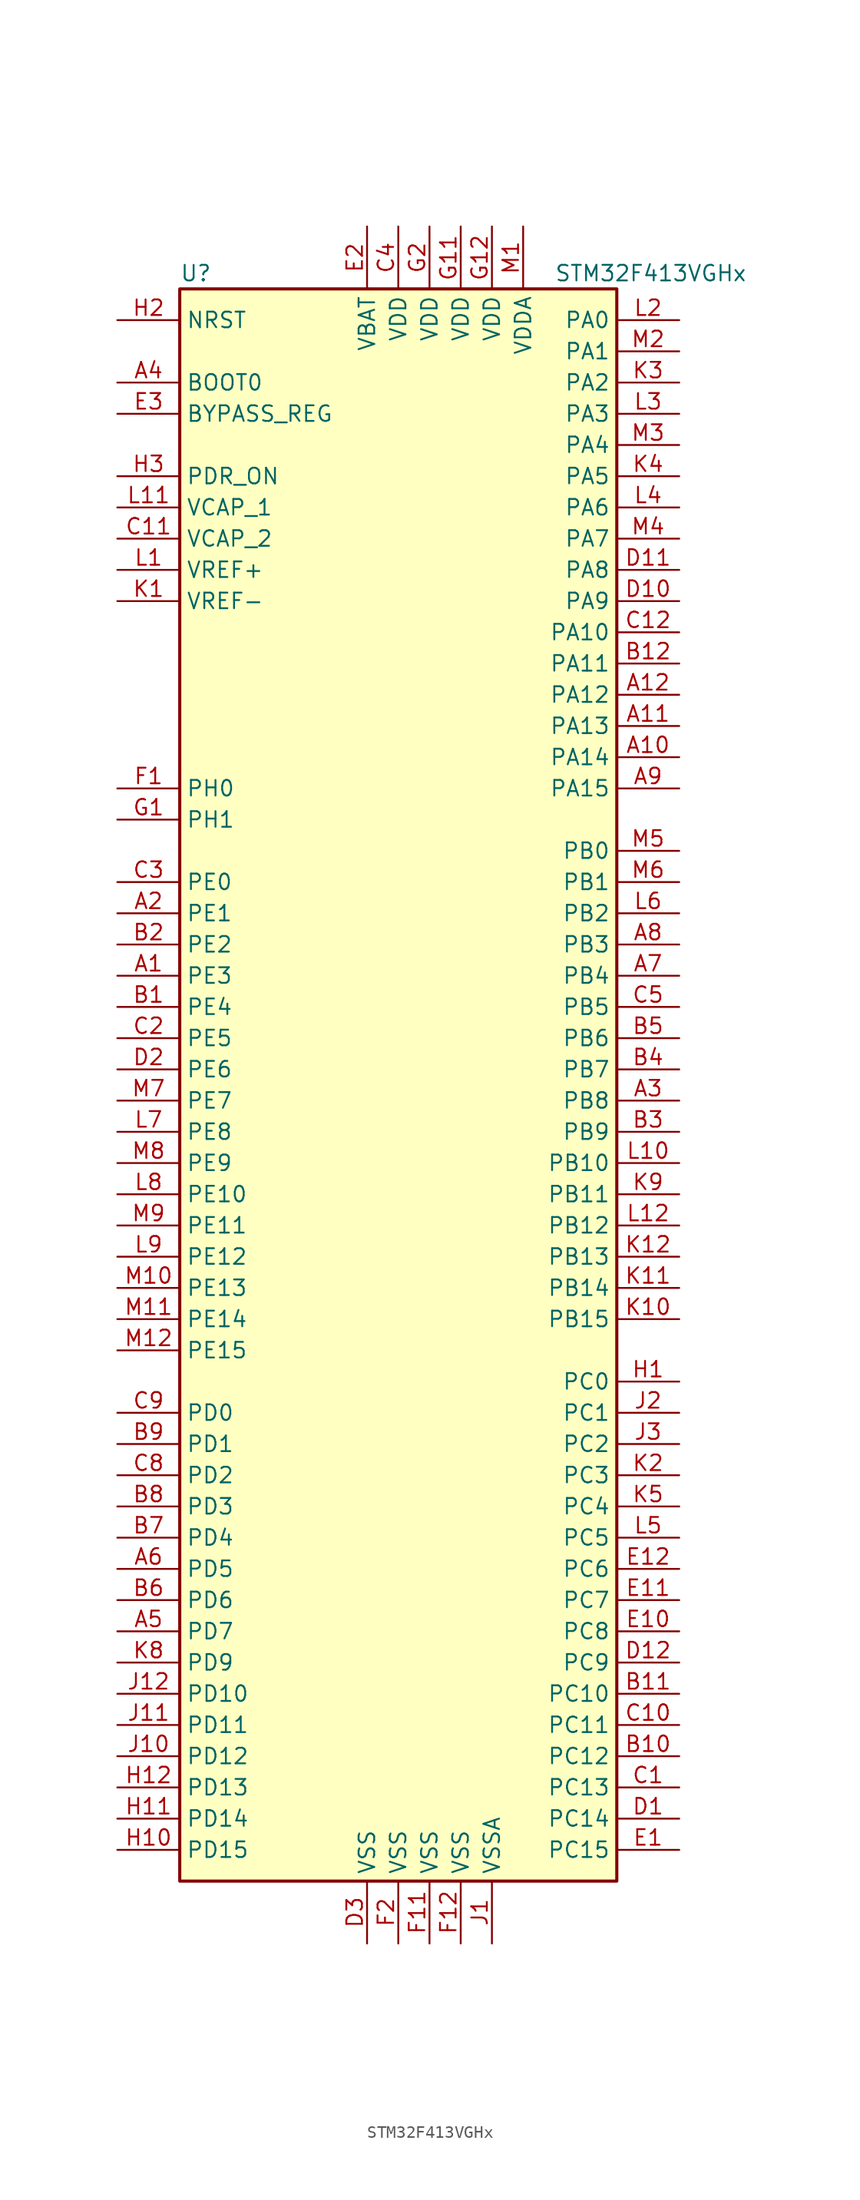
<source format=kicad_sym>
(kicad_symbol_lib
  (version 20201005)
  (generator kicad_symbol_editor)
  (symbol "MCU_ST_STM32F4:STM32F413VGHx"
    (property "Reference" "U"
      (at -17.78 64.77 0)
      (effects (font (size 1.27 1.27)) (justify left)))
    (property "Value" "STM32F413VGHx"
      (at 12.7 64.77 0)
      (effects (font (size 1.27 1.27)) (justify left)))
    (symbol "STM32F413VGHx_0_1"
      (rectangle (start -17.78 -66.04) (end 17.78 63.5) (stroke (width 0.254)) (fill (type background))))
    (symbol "STM32F413VGHx_1_1"
      (pin input line (at -22.86 55.88 0) (length 5.08) (name "BOOT0" (effects (font (size 1.27 1.27)))) (number "A4" (effects (font (size 1.27 1.27)))))
      (pin input line (at -22.86 53.34 0) (length 5.08) (name "BYPASS_REG" (effects (font (size 1.27 1.27)))) (number "E3" (effects (font (size 1.27 1.27)))))
      (pin input line (at -22.86 60.96 0) (length 5.08) (name "NRST" (effects (font (size 1.27 1.27)))) (number "H2" (effects (font (size 1.27 1.27)))))
      (pin bidirectional line (at 22.86 60.96 180) (length 5.08) (name "PA0" (effects (font (size 1.27 1.27)))) (number "L2" (effects (font (size 1.27 1.27)))))
      (pin bidirectional line (at 22.86 58.42 180) (length 5.08) (name "PA1" (effects (font (size 1.27 1.27)))) (number "M2" (effects (font (size 1.27 1.27)))))
      (pin bidirectional line (at 22.86 35.56 180) (length 5.08) (name "PA10" (effects (font (size 1.27 1.27)))) (number "C12" (effects (font (size 1.27 1.27)))))
      (pin bidirectional line (at 22.86 33.02 180) (length 5.08) (name "PA11" (effects (font (size 1.27 1.27)))) (number "B12" (effects (font (size 1.27 1.27)))))
      (pin bidirectional line (at 22.86 30.48 180) (length 5.08) (name "PA12" (effects (font (size 1.27 1.27)))) (number "A12" (effects (font (size 1.27 1.27)))))
      (pin bidirectional line (at 22.86 27.94 180) (length 5.08) (name "PA13" (effects (font (size 1.27 1.27)))) (number "A11" (effects (font (size 1.27 1.27)))))
      (pin bidirectional line (at 22.86 25.4 180) (length 5.08) (name "PA14" (effects (font (size 1.27 1.27)))) (number "A10" (effects (font (size 1.27 1.27)))))
      (pin bidirectional line (at 22.86 22.86 180) (length 5.08) (name "PA15" (effects (font (size 1.27 1.27)))) (number "A9" (effects (font (size 1.27 1.27)))))
      (pin bidirectional line (at 22.86 55.88 180) (length 5.08) (name "PA2" (effects (font (size 1.27 1.27)))) (number "K3" (effects (font (size 1.27 1.27)))))
      (pin bidirectional line (at 22.86 53.34 180) (length 5.08) (name "PA3" (effects (font (size 1.27 1.27)))) (number "L3" (effects (font (size 1.27 1.27)))))
      (pin bidirectional line (at 22.86 50.8 180) (length 5.08) (name "PA4" (effects (font (size 1.27 1.27)))) (number "M3" (effects (font (size 1.27 1.27)))))
      (pin bidirectional line (at 22.86 48.26 180) (length 5.08) (name "PA5" (effects (font (size 1.27 1.27)))) (number "K4" (effects (font (size 1.27 1.27)))))
      (pin bidirectional line (at 22.86 45.72 180) (length 5.08) (name "PA6" (effects (font (size 1.27 1.27)))) (number "L4" (effects (font (size 1.27 1.27)))))
      (pin bidirectional line (at 22.86 43.18 180) (length 5.08) (name "PA7" (effects (font (size 1.27 1.27)))) (number "M4" (effects (font (size 1.27 1.27)))))
      (pin bidirectional line (at 22.86 40.64 180) (length 5.08) (name "PA8" (effects (font (size 1.27 1.27)))) (number "D11" (effects (font (size 1.27 1.27)))))
      (pin bidirectional line (at 22.86 38.1 180) (length 5.08) (name "PA9" (effects (font (size 1.27 1.27)))) (number "D10" (effects (font (size 1.27 1.27)))))
      (pin bidirectional line (at 22.86 17.78 180) (length 5.08) (name "PB0" (effects (font (size 1.27 1.27)))) (number "M5" (effects (font (size 1.27 1.27)))))
      (pin bidirectional line (at 22.86 15.24 180) (length 5.08) (name "PB1" (effects (font (size 1.27 1.27)))) (number "M6" (effects (font (size 1.27 1.27)))))
      (pin bidirectional line (at 22.86 -7.62 180) (length 5.08) (name "PB10" (effects (font (size 1.27 1.27)))) (number "L10" (effects (font (size 1.27 1.27)))))
      (pin bidirectional line (at 22.86 -10.16 180) (length 5.08) (name "PB11" (effects (font (size 1.27 1.27)))) (number "K9" (effects (font (size 1.27 1.27)))))
      (pin bidirectional line (at 22.86 -12.7 180) (length 5.08) (name "PB12" (effects (font (size 1.27 1.27)))) (number "L12" (effects (font (size 1.27 1.27)))))
      (pin bidirectional line (at 22.86 -15.24 180) (length 5.08) (name "PB13" (effects (font (size 1.27 1.27)))) (number "K12" (effects (font (size 1.27 1.27)))))
      (pin bidirectional line (at 22.86 -17.78 180) (length 5.08) (name "PB14" (effects (font (size 1.27 1.27)))) (number "K11" (effects (font (size 1.27 1.27)))))
      (pin bidirectional line (at 22.86 -20.32 180) (length 5.08) (name "PB15" (effects (font (size 1.27 1.27)))) (number "K10" (effects (font (size 1.27 1.27)))))
      (pin bidirectional line (at 22.86 12.7 180) (length 5.08) (name "PB2" (effects (font (size 1.27 1.27)))) (number "L6" (effects (font (size 1.27 1.27)))))
      (pin bidirectional line (at 22.86 10.16 180) (length 5.08) (name "PB3" (effects (font (size 1.27 1.27)))) (number "A8" (effects (font (size 1.27 1.27)))))
      (pin bidirectional line (at 22.86 7.62 180) (length 5.08) (name "PB4" (effects (font (size 1.27 1.27)))) (number "A7" (effects (font (size 1.27 1.27)))))
      (pin bidirectional line (at 22.86 5.08 180) (length 5.08) (name "PB5" (effects (font (size 1.27 1.27)))) (number "C5" (effects (font (size 1.27 1.27)))))
      (pin bidirectional line (at 22.86 2.54 180) (length 5.08) (name "PB6" (effects (font (size 1.27 1.27)))) (number "B5" (effects (font (size 1.27 1.27)))))
      (pin bidirectional line (at 22.86 0 180) (length 5.08) (name "PB7" (effects (font (size 1.27 1.27)))) (number "B4" (effects (font (size 1.27 1.27)))))
      (pin bidirectional line (at 22.86 -2.54 180) (length 5.08) (name "PB8" (effects (font (size 1.27 1.27)))) (number "A3" (effects (font (size 1.27 1.27)))))
      (pin bidirectional line (at 22.86 -5.08 180) (length 5.08) (name "PB9" (effects (font (size 1.27 1.27)))) (number "B3" (effects (font (size 1.27 1.27)))))
      (pin bidirectional line (at 22.86 -25.4 180) (length 5.08) (name "PC0" (effects (font (size 1.27 1.27)))) (number "H1" (effects (font (size 1.27 1.27)))))
      (pin bidirectional line (at 22.86 -27.94 180) (length 5.08) (name "PC1" (effects (font (size 1.27 1.27)))) (number "J2" (effects (font (size 1.27 1.27)))))
      (pin bidirectional line (at 22.86 -50.8 180) (length 5.08) (name "PC10" (effects (font (size 1.27 1.27)))) (number "B11" (effects (font (size 1.27 1.27)))))
      (pin bidirectional line (at 22.86 -53.34 180) (length 5.08) (name "PC11" (effects (font (size 1.27 1.27)))) (number "C10" (effects (font (size 1.27 1.27)))))
      (pin bidirectional line (at 22.86 -55.88 180) (length 5.08) (name "PC12" (effects (font (size 1.27 1.27)))) (number "B10" (effects (font (size 1.27 1.27)))))
      (pin bidirectional line (at 22.86 -58.42 180) (length 5.08) (name "PC13" (effects (font (size 1.27 1.27)))) (number "C1" (effects (font (size 1.27 1.27)))))
      (pin bidirectional line (at 22.86 -60.96 180) (length 5.08) (name "PC14" (effects (font (size 1.27 1.27)))) (number "D1" (effects (font (size 1.27 1.27)))))
      (pin bidirectional line (at 22.86 -63.5 180) (length 5.08) (name "PC15" (effects (font (size 1.27 1.27)))) (number "E1" (effects (font (size 1.27 1.27)))))
      (pin bidirectional line (at 22.86 -30.48 180) (length 5.08) (name "PC2" (effects (font (size 1.27 1.27)))) (number "J3" (effects (font (size 1.27 1.27)))))
      (pin bidirectional line (at 22.86 -33.02 180) (length 5.08) (name "PC3" (effects (font (size 1.27 1.27)))) (number "K2" (effects (font (size 1.27 1.27)))))
      (pin bidirectional line (at 22.86 -35.56 180) (length 5.08) (name "PC4" (effects (font (size 1.27 1.27)))) (number "K5" (effects (font (size 1.27 1.27)))))
      (pin bidirectional line (at 22.86 -38.1 180) (length 5.08) (name "PC5" (effects (font (size 1.27 1.27)))) (number "L5" (effects (font (size 1.27 1.27)))))
      (pin bidirectional line (at 22.86 -40.64 180) (length 5.08) (name "PC6" (effects (font (size 1.27 1.27)))) (number "E12" (effects (font (size 1.27 1.27)))))
      (pin bidirectional line (at 22.86 -43.18 180) (length 5.08) (name "PC7" (effects (font (size 1.27 1.27)))) (number "E11" (effects (font (size 1.27 1.27)))))
      (pin bidirectional line (at 22.86 -45.72 180) (length 5.08) (name "PC8" (effects (font (size 1.27 1.27)))) (number "E10" (effects (font (size 1.27 1.27)))))
      (pin bidirectional line (at 22.86 -48.26 180) (length 5.08) (name "PC9" (effects (font (size 1.27 1.27)))) (number "D12" (effects (font (size 1.27 1.27)))))
      (pin bidirectional line (at -22.86 -27.94 0) (length 5.08) (name "PD0" (effects (font (size 1.27 1.27)))) (number "C9" (effects (font (size 1.27 1.27)))))
      (pin bidirectional line (at -22.86 -30.48 0) (length 5.08) (name "PD1" (effects (font (size 1.27 1.27)))) (number "B9" (effects (font (size 1.27 1.27)))))
      (pin bidirectional line (at -22.86 -50.8 0) (length 5.08) (name "PD10" (effects (font (size 1.27 1.27)))) (number "J12" (effects (font (size 1.27 1.27)))))
      (pin bidirectional line (at -22.86 -53.34 0) (length 5.08) (name "PD11" (effects (font (size 1.27 1.27)))) (number "J11" (effects (font (size 1.27 1.27)))))
      (pin bidirectional line (at -22.86 -55.88 0) (length 5.08) (name "PD12" (effects (font (size 1.27 1.27)))) (number "J10" (effects (font (size 1.27 1.27)))))
      (pin bidirectional line (at -22.86 -58.42 0) (length 5.08) (name "PD13" (effects (font (size 1.27 1.27)))) (number "H12" (effects (font (size 1.27 1.27)))))
      (pin bidirectional line (at -22.86 -60.96 0) (length 5.08) (name "PD14" (effects (font (size 1.27 1.27)))) (number "H11" (effects (font (size 1.27 1.27)))))
      (pin bidirectional line (at -22.86 -63.5 0) (length 5.08) (name "PD15" (effects (font (size 1.27 1.27)))) (number "H10" (effects (font (size 1.27 1.27)))))
      (pin bidirectional line (at -22.86 -33.02 0) (length 5.08) (name "PD2" (effects (font (size 1.27 1.27)))) (number "C8" (effects (font (size 1.27 1.27)))))
      (pin bidirectional line (at -22.86 -35.56 0) (length 5.08) (name "PD3" (effects (font (size 1.27 1.27)))) (number "B8" (effects (font (size 1.27 1.27)))))
      (pin bidirectional line (at -22.86 -38.1 0) (length 5.08) (name "PD4" (effects (font (size 1.27 1.27)))) (number "B7" (effects (font (size 1.27 1.27)))))
      (pin bidirectional line (at -22.86 -40.64 0) (length 5.08) (name "PD5" (effects (font (size 1.27 1.27)))) (number "A6" (effects (font (size 1.27 1.27)))))
      (pin bidirectional line (at -22.86 -43.18 0) (length 5.08) (name "PD6" (effects (font (size 1.27 1.27)))) (number "B6" (effects (font (size 1.27 1.27)))))
      (pin bidirectional line (at -22.86 -45.72 0) (length 5.08) (name "PD7" (effects (font (size 1.27 1.27)))) (number "A5" (effects (font (size 1.27 1.27)))))
      (pin bidirectional line (at -22.86 -48.26 0) (length 5.08) (name "PD9" (effects (font (size 1.27 1.27)))) (number "K8" (effects (font (size 1.27 1.27)))))
      (pin power_in line (at -22.86 48.26 0) (length 5.08) (name "PDR_ON" (effects (font (size 1.27 1.27)))) (number "H3" (effects (font (size 1.27 1.27)))))
      (pin bidirectional line (at -22.86 15.24 0) (length 5.08) (name "PE0" (effects (font (size 1.27 1.27)))) (number "C3" (effects (font (size 1.27 1.27)))))
      (pin bidirectional line (at -22.86 12.7 0) (length 5.08) (name "PE1" (effects (font (size 1.27 1.27)))) (number "A2" (effects (font (size 1.27 1.27)))))
      (pin bidirectional line (at -22.86 -10.16 0) (length 5.08) (name "PE10" (effects (font (size 1.27 1.27)))) (number "L8" (effects (font (size 1.27 1.27)))))
      (pin bidirectional line (at -22.86 -12.7 0) (length 5.08) (name "PE11" (effects (font (size 1.27 1.27)))) (number "M9" (effects (font (size 1.27 1.27)))))
      (pin bidirectional line (at -22.86 -15.24 0) (length 5.08) (name "PE12" (effects (font (size 1.27 1.27)))) (number "L9" (effects (font (size 1.27 1.27)))))
      (pin bidirectional line (at -22.86 -17.78 0) (length 5.08) (name "PE13" (effects (font (size 1.27 1.27)))) (number "M10" (effects (font (size 1.27 1.27)))))
      (pin bidirectional line (at -22.86 -20.32 0) (length 5.08) (name "PE14" (effects (font (size 1.27 1.27)))) (number "M11" (effects (font (size 1.27 1.27)))))
      (pin bidirectional line (at -22.86 -22.86 0) (length 5.08) (name "PE15" (effects (font (size 1.27 1.27)))) (number "M12" (effects (font (size 1.27 1.27)))))
      (pin bidirectional line (at -22.86 10.16 0) (length 5.08) (name "PE2" (effects (font (size 1.27 1.27)))) (number "B2" (effects (font (size 1.27 1.27)))))
      (pin bidirectional line (at -22.86 7.62 0) (length 5.08) (name "PE3" (effects (font (size 1.27 1.27)))) (number "A1" (effects (font (size 1.27 1.27)))))
      (pin bidirectional line (at -22.86 5.08 0) (length 5.08) (name "PE4" (effects (font (size 1.27 1.27)))) (number "B1" (effects (font (size 1.27 1.27)))))
      (pin bidirectional line (at -22.86 2.54 0) (length 5.08) (name "PE5" (effects (font (size 1.27 1.27)))) (number "C2" (effects (font (size 1.27 1.27)))))
      (pin bidirectional line (at -22.86 0 0) (length 5.08) (name "PE6" (effects (font (size 1.27 1.27)))) (number "D2" (effects (font (size 1.27 1.27)))))
      (pin bidirectional line (at -22.86 -2.54 0) (length 5.08) (name "PE7" (effects (font (size 1.27 1.27)))) (number "M7" (effects (font (size 1.27 1.27)))))
      (pin bidirectional line (at -22.86 -5.08 0) (length 5.08) (name "PE8" (effects (font (size 1.27 1.27)))) (number "L7" (effects (font (size 1.27 1.27)))))
      (pin bidirectional line (at -22.86 -7.62 0) (length 5.08) (name "PE9" (effects (font (size 1.27 1.27)))) (number "M8" (effects (font (size 1.27 1.27)))))
      (pin input line (at -22.86 22.86 0) (length 5.08) (name "PH0" (effects (font (size 1.27 1.27)))) (number "F1" (effects (font (size 1.27 1.27)))))
      (pin input line (at -22.86 20.32 0) (length 5.08) (name "PH1" (effects (font (size 1.27 1.27)))) (number "G1" (effects (font (size 1.27 1.27)))))
      (pin power_in line (at -2.54 68.58 270) (length 5.08) (name "VBAT" (effects (font (size 1.27 1.27)))) (number "E2" (effects (font (size 1.27 1.27)))))
      (pin power_in line (at -22.86 45.72 0) (length 5.08) (name "VCAP_1" (effects (font (size 1.27 1.27)))) (number "L11" (effects (font (size 1.27 1.27)))))
      (pin power_in line (at -22.86 43.18 0) (length 5.08) (name "VCAP_2" (effects (font (size 1.27 1.27)))) (number "C11" (effects (font (size 1.27 1.27)))))
      (pin power_in line (at 0 68.58 270) (length 5.08) (name "VDD" (effects (font (size 1.27 1.27)))) (number "C4" (effects (font (size 1.27 1.27)))))
      (pin power_in line (at 5.08 68.58 270) (length 5.08) (name "VDD" (effects (font (size 1.27 1.27)))) (number "G11" (effects (font (size 1.27 1.27)))))
      (pin power_in line (at 7.62 68.58 270) (length 5.08) (name "VDD" (effects (font (size 1.27 1.27)))) (number "G12" (effects (font (size 1.27 1.27)))))
      (pin power_in line (at 2.54 68.58 270) (length 5.08) (name "VDD" (effects (font (size 1.27 1.27)))) (number "G2" (effects (font (size 1.27 1.27)))))
      (pin power_in line (at 10.16 68.58 270) (length 5.08) (name "VDDA" (effects (font (size 1.27 1.27)))) (number "M1" (effects (font (size 1.27 1.27)))))
      (pin power_in line (at -22.86 40.64 0) (length 5.08) (name "VREF+" (effects (font (size 1.27 1.27)))) (number "L1" (effects (font (size 1.27 1.27)))))
      (pin power_in line (at -22.86 38.1 0) (length 5.08) (name "VREF-" (effects (font (size 1.27 1.27)))) (number "K1" (effects (font (size 1.27 1.27)))))
      (pin power_in line (at -2.54 -71.12 90) (length 5.08) (name "VSS" (effects (font (size 1.27 1.27)))) (number "D3" (effects (font (size 1.27 1.27)))))
      (pin power_in line (at 2.54 -71.12 90) (length 5.08) (name "VSS" (effects (font (size 1.27 1.27)))) (number "F11" (effects (font (size 1.27 1.27)))))
      (pin power_in line (at 5.08 -71.12 90) (length 5.08) (name "VSS" (effects (font (size 1.27 1.27)))) (number "F12" (effects (font (size 1.27 1.27)))))
      (pin power_in line (at 0 -71.12 90) (length 5.08) (name "VSS" (effects (font (size 1.27 1.27)))) (number "F2" (effects (font (size 1.27 1.27)))))
      (pin power_in line (at 7.62 -71.12 90) (length 5.08) (name "VSSA" (effects (font (size 1.27 1.27)))) (number "J1" (effects (font (size 1.27 1.27))))))))
</source>
